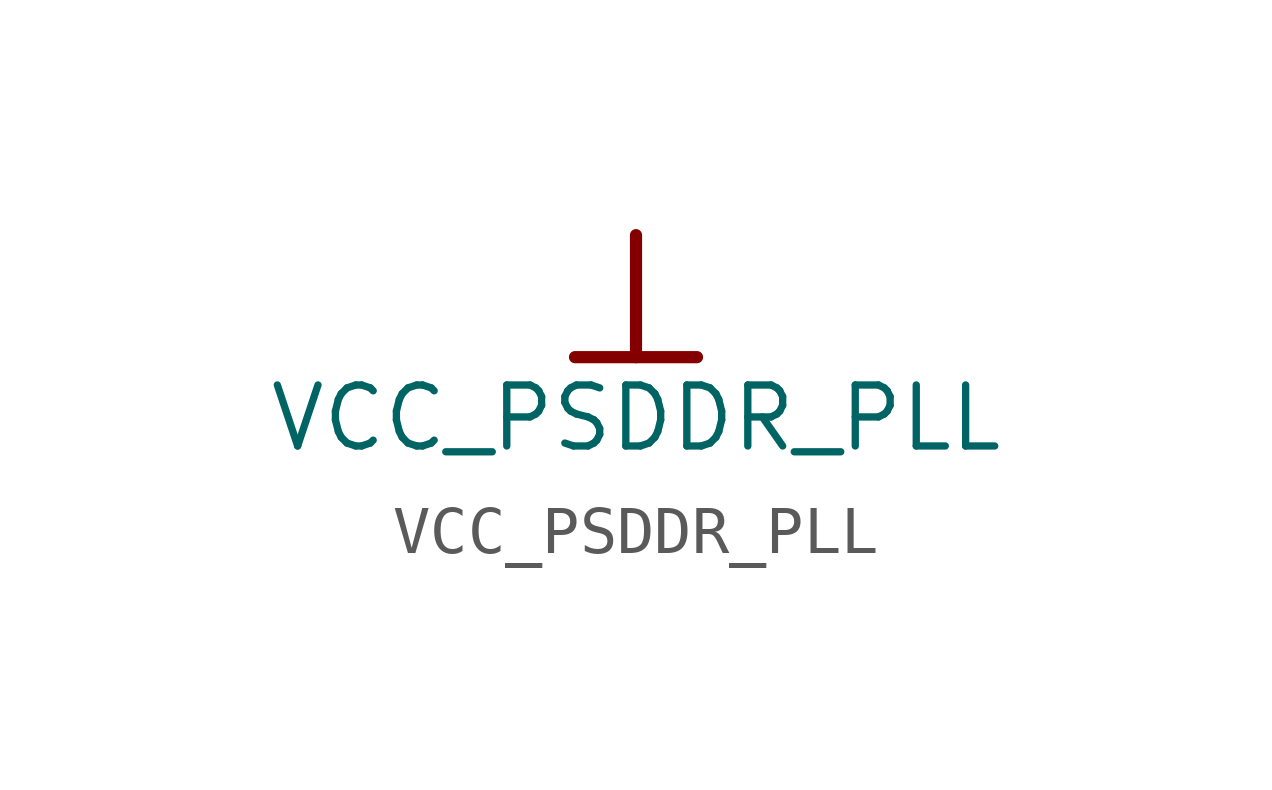
<source format=kicad_sym>
(kicad_symbol_lib
  (version 20231120)
  (generator "kicad_symbol_editor")
  (generator_version "8.0")
  (symbol "VCC_PSDDR_PLL"
    (power)
    (property "Reference" "#PWR0197"
      (at 0 0 0)
      (effects (font (size 1.27 1.27)) (hide yes)))
    (property "Value" "VCC_PSDDR_PLL"
      (at 0 -3.81 0)
      (effects (font (size 1.27 1.27))))
    (symbol "VCC_PSDDR_PLL_0_0"
      (polyline (pts (xy -1.27 -2.54) (xy 1.27 -2.54)) (stroke (width 0.254) (type solid)) (fill (type none)))
      (polyline (pts (xy 0 0) (xy 0 -2.54)) (stroke (width 0.254) (type solid)) (fill (type none)))
      (pin power_in line (at 0 0 0) (length 0) hide (name "VCC_PSDDR_PLL" (effects (font (size 1.27 1.27)))) (number "" (effects (font (size 1.27 1.27))))))))
</source>
